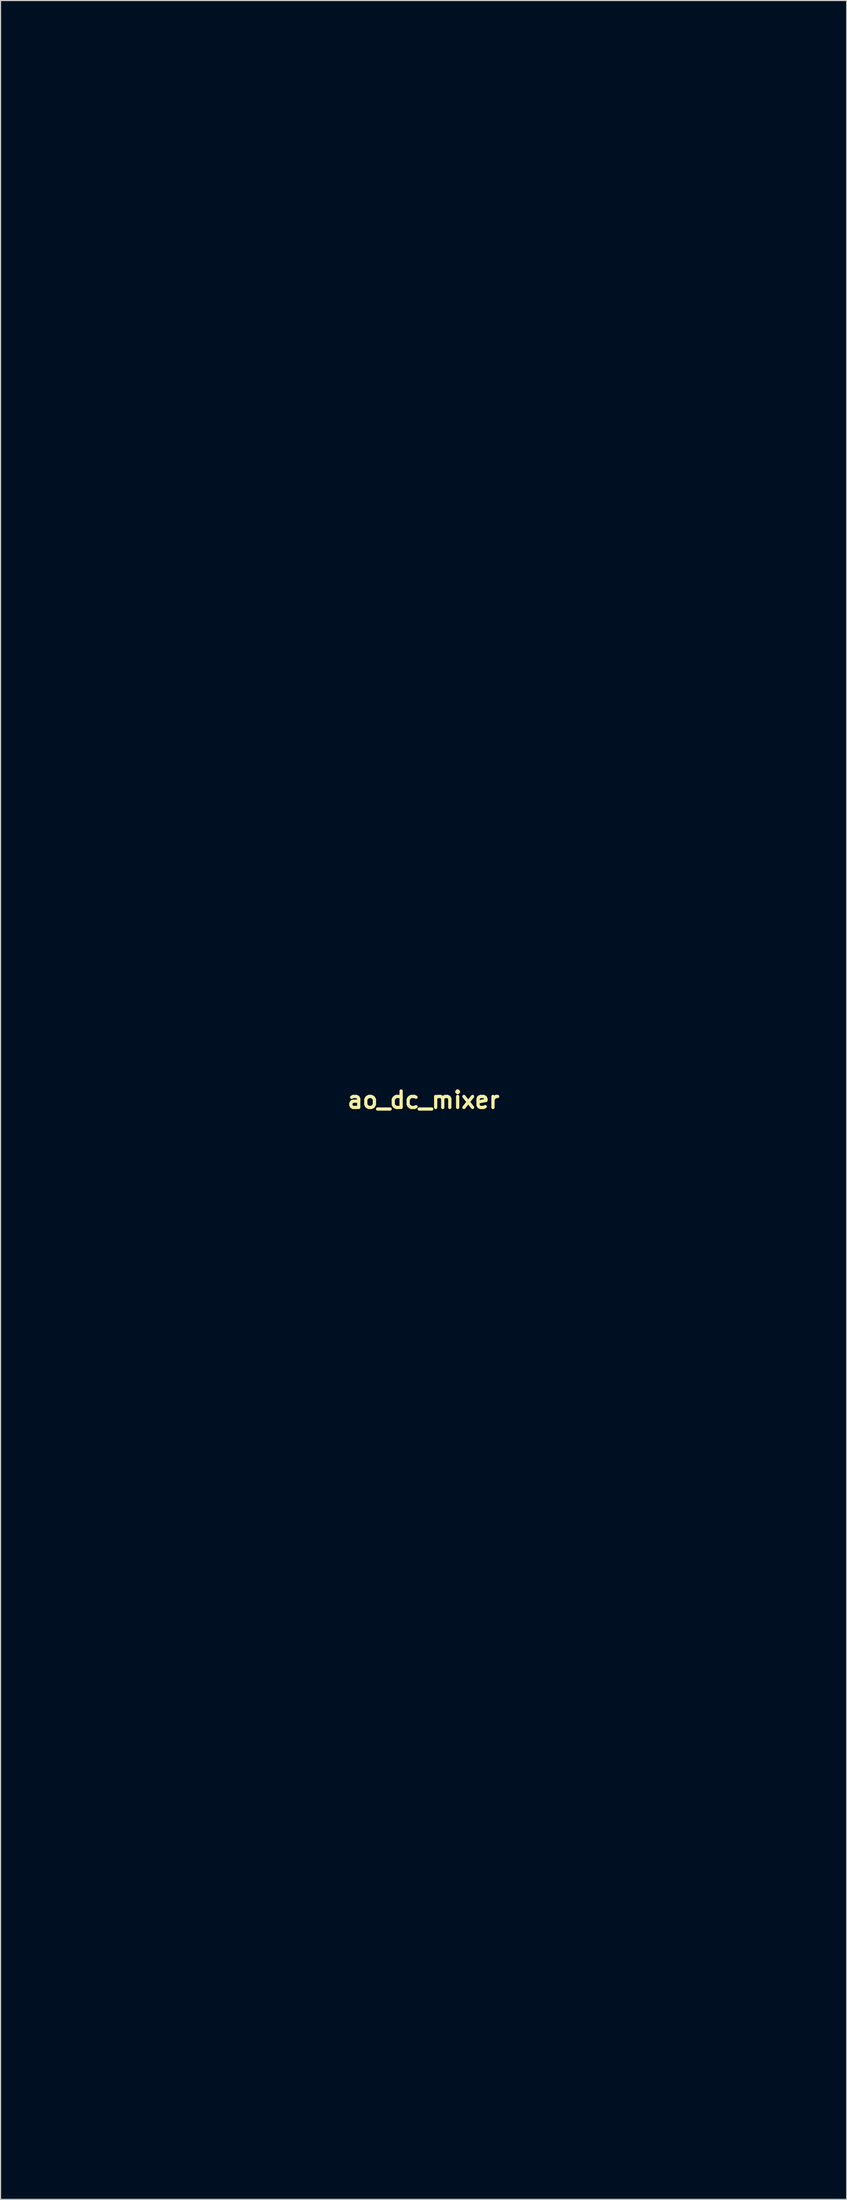
<source format=kicad_pcb>
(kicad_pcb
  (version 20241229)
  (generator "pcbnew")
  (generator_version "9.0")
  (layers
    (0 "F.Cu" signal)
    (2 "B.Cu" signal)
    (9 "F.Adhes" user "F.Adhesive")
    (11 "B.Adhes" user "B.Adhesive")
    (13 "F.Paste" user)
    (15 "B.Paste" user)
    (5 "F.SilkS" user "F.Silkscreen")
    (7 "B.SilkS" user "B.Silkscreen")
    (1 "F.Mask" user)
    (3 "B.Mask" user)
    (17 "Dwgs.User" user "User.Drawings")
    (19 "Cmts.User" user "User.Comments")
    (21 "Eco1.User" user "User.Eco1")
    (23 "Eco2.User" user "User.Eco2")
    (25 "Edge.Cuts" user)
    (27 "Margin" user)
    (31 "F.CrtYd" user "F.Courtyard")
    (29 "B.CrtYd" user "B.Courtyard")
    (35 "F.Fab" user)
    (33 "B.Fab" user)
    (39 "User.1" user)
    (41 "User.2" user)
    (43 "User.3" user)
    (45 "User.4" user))
  (footprint "ao_dc_mixer"
    (layer "F.Cu")
    (at 36.091 98.604)
    (property "Reference" "ao_dc_mixer" (at 0 0 0) (layer "F.SilkS") (effects (font (size 1.524 1.524) (thickness 0.3))))
    (attr through_hole)
    (fp_poly (pts (xy 34.175 95.406) (xy 34.364 95.409) (xy 34.522 95.413) (xy 34.654 95.419) (xy 34.764 95.428) (xy 34.855 95.44) (xy 34.932 95.454) (xy 34.999 95.471) (xy 35.06 95.493) (xy 35.119 95.517) (xy 35.18 95.547) (xy 35.224 95.568) (xy 35.464 95.716) (xy 35.669 95.897) (xy 35.838 96.107) (xy 35.969 96.34) (xy 36.058 96.591) (xy 36.105 96.854) (xy 36.106 97.125) (xy 36.06 97.398) (xy 36.023 97.52) (xy 35.923 97.753) (xy 35.791 97.958) (xy 35.618 98.148) (xy 35.601 98.164) (xy 35.46 98.286) (xy 35.324 98.38) (xy 35.173 98.456) (xy 35.011 98.519) (xy 34.811 98.59) (xy 33.185 98.594) (xy 32.898 98.594) (xy 32.623 98.594) (xy 32.365 98.593) (xy 32.128 98.591) (xy 31.917 98.589) (xy 31.737 98.586) (xy 31.593 98.583) (xy 31.489 98.58) (xy 31.43 98.576) (xy 31.424 98.575) (xy 31.221 98.52) (xy 31.01 98.428) (xy 30.806 98.307) (xy 30.624 98.166) (xy 30.479 98.015) (xy 30.359 97.837) (xy 30.255 97.638) (xy 30.179 97.437) (xy 30.16 97.364) (xy 30.132 97.174) (xy 30.127 96.962) (xy 30.144 96.748) (xy 30.183 96.551) (xy 30.207 96.474) (xy 30.325 96.213) (xy 30.485 95.983) (xy 30.682 95.784) (xy 30.917 95.619) (xy 31.187 95.49) (xy 31.191 95.488) (xy 31.382 95.415) (xy 33.033 95.408) (xy 33.384 95.406) (xy 33.689 95.405) (xy 33.951 95.405) (xy 34.175 95.406)) (stroke (width 0.01) (type solid)) (fill no) (layer "Eco1.User"))
    (fp_poly (pts (xy -32.449 -98.59) (xy -32.191 -98.589) (xy -31.972 -98.588) (xy -31.788 -98.585) (xy -31.634 -98.581) (xy -31.506 -98.574) (xy -31.401 -98.566) (xy -31.314 -98.555) (xy -31.242 -98.541) (xy -31.179 -98.524) (xy -31.123 -98.503) (xy -31.07 -98.478) (xy -31.014 -98.449) (xy -30.952 -98.416) (xy -30.937 -98.408) (xy -30.698 -98.25) (xy -30.494 -98.058) (xy -30.329 -97.836) (xy -30.204 -97.588) (xy -30.135 -97.366) (xy -30.106 -97.17) (xy -30.101 -96.952) (xy -30.121 -96.733) (xy -30.163 -96.532) (xy -30.183 -96.47) (xy -30.3 -96.212) (xy -30.459 -95.984) (xy -30.658 -95.787) (xy -30.896 -95.62) (xy -31.173 -95.486) (xy -31.21 -95.471) (xy -31.24 -95.46) (xy -31.27 -95.451) (xy -31.304 -95.443) (xy -31.346 -95.436) (xy -31.4 -95.43) (xy -31.47 -95.426) (xy -31.56 -95.422) (xy -31.673 -95.419) (xy -31.814 -95.417) (xy -31.987 -95.415) (xy -32.195 -95.413) (xy -32.442 -95.412) (xy -32.733 -95.411) (xy -33.033 -95.41) (xy -33.367 -95.409) (xy -33.655 -95.408) (xy -33.9 -95.408) (xy -34.106 -95.408) (xy -34.278 -95.409) (xy -34.418 -95.411) (xy -34.533 -95.413) (xy -34.624 -95.417) (xy -34.697 -95.421) (xy -34.756 -95.426) (xy -34.804 -95.433) (xy -34.845 -95.441) (xy -34.885 -95.451) (xy -34.894 -95.453) (xy -35.155 -95.547) (xy -35.39 -95.681) (xy -35.595 -95.848) (xy -35.768 -96.046) (xy -35.907 -96.267) (xy -36.008 -96.508) (xy -36.068 -96.764) (xy -36.086 -97.028) (xy -36.058 -97.297) (xy -36.004 -97.501) (xy -35.935 -97.682) (xy -35.855 -97.834) (xy -35.752 -97.976) (xy -35.655 -98.085) (xy -35.469 -98.259) (xy -35.269 -98.393) (xy -35.039 -98.499) (xy -35.002 -98.512) (xy -34.785 -98.59) (xy -33.096 -98.59) (xy -32.749 -98.59) (xy -32.449 -98.59)) (stroke (width 0.01) (type solid)) (fill no) (layer "Eco1.User"))
    (fp_poly (pts (xy 17.762 -50.481) (xy 17.958 -50.469) (xy 18.124 -50.451) (xy 18.212 -50.436) (xy 18.623 -50.323) (xy 19.012 -50.165) (xy 19.376 -49.964) (xy 19.714 -49.723) (xy 20.02 -49.443) (xy 20.293 -49.128) (xy 20.53 -48.779) (xy 20.625 -48.611) (xy 20.787 -48.248) (xy 20.906 -47.865) (xy 20.981 -47.468) (xy 21.011 -47.064) (xy 20.996 -46.659) (xy 20.936 -46.26) (xy 20.84 -45.907) (xy 20.684 -45.515) (xy 20.486 -45.149) (xy 20.249 -44.813) (xy 19.974 -44.508) (xy 19.665 -44.238) (xy 19.325 -44.004) (xy 18.955 -43.81) (xy 18.609 -43.675) (xy 18.288 -43.587) (xy 17.948 -43.528) (xy 17.605 -43.5) (xy 17.278 -43.504) (xy 17.209 -43.51) (xy 16.971 -43.539) (xy 16.757 -43.579) (xy 16.539 -43.638) (xy 16.421 -43.675) (xy 16.034 -43.828) (xy 15.672 -44.023) (xy 15.339 -44.257) (xy 15.036 -44.527) (xy 14.767 -44.83) (xy 14.534 -45.162) (xy 14.34 -45.52) (xy 14.189 -45.901) (xy 14.082 -46.302) (xy 14.058 -46.427) (xy 14.033 -46.641) (xy 14.022 -46.883) (xy 14.025 -47.139) (xy 14.025 -47.142) (xy 15.011 -47.142) (xy 15.011 -46.863) (xy 17.374 -46.863) (xy 17.374 -44.501) (xy 17.653 -44.501) (xy 17.653 -46.863) (xy 20.015 -46.863) (xy 20.015 -47.142) (xy 17.653 -47.142) (xy 17.653 -49.505) (xy 17.374 -49.505) (xy 17.374 -47.142) (xy 15.011 -47.142) (xy 14.025 -47.142) (xy 14.04 -47.392) (xy 14.068 -47.626) (xy 14.106 -47.82) (xy 14.23 -48.221) (xy 14.394 -48.592) (xy 14.599 -48.937) (xy 14.849 -49.262) (xy 15.107 -49.533) (xy 15.428 -49.807) (xy 15.772 -50.036) (xy 16.141 -50.222) (xy 16.536 -50.365) (xy 16.823 -50.438) (xy 16.962 -50.459) (xy 17.139 -50.475) (xy 17.34 -50.483) (xy 17.552 -50.485) (xy 17.762 -50.481)) (stroke (width 0.01) (type solid)) (fill no) (layer "Eco1.User"))
    (fp_poly (pts (xy 17.958 -20.432) (xy 18.362 -20.356) (xy 18.755 -20.232) (xy 19.063 -20.097) (xy 19.422 -19.891) (xy 19.752 -19.646) (xy 20.051 -19.366) (xy 20.314 -19.056) (xy 20.54 -18.719) (xy 20.725 -18.358) (xy 20.866 -17.978) (xy 20.961 -17.583) (xy 20.969 -17.539) (xy 21.012 -17.124) (xy 21.006 -16.717) (xy 20.955 -16.319) (xy 20.86 -15.934) (xy 20.723 -15.565) (xy 20.547 -15.215) (xy 20.334 -14.888) (xy 20.087 -14.586) (xy 19.807 -14.313) (xy 19.497 -14.072) (xy 19.158 -13.866) (xy 18.794 -13.698) (xy 18.407 -13.571) (xy 18.072 -13.499) (xy 17.909 -13.48) (xy 17.713 -13.469) (xy 17.5 -13.466) (xy 17.287 -13.47) (xy 17.091 -13.482) (xy 16.928 -13.502) (xy 16.925 -13.502) (xy 16.538 -13.592) (xy 16.16 -13.729) (xy 15.796 -13.911) (xy 15.455 -14.132) (xy 15.143 -14.39) (xy 15.097 -14.433) (xy 14.807 -14.744) (xy 14.564 -15.072) (xy 14.366 -15.421) (xy 14.208 -15.797) (xy 14.106 -16.137) (xy 14.067 -16.339) (xy 14.039 -16.574) (xy 14.024 -16.827) (xy 14.022 -17.083) (xy 14.023 -17.094) (xy 15.009 -17.094) (xy 15.016 -16.961) (xy 15.024 -16.828) (xy 16.199 -16.821) (xy 17.374 -16.814) (xy 17.374 -14.453) (xy 17.653 -14.453) (xy 17.653 -16.815) (xy 20.015 -16.815) (xy 20.015 -17.094) (xy 17.653 -17.094) (xy 17.653 -19.456) (xy 17.374 -19.456) (xy 17.374 -17.094) (xy 15.009 -17.094) (xy 14.023 -17.094) (xy 14.034 -17.324) (xy 14.058 -17.53) (xy 14.151 -17.937) (xy 14.29 -18.325) (xy 14.472 -18.691) (xy 14.694 -19.032) (xy 14.954 -19.345) (xy 15.248 -19.627) (xy 15.574 -19.873) (xy 15.929 -20.081) (xy 16.311 -20.248) (xy 16.332 -20.255) (xy 16.731 -20.372) (xy 17.138 -20.44) (xy 17.548 -20.46) (xy 17.958 -20.432)) (stroke (width 0.01) (type solid)) (fill no) (layer "Eco1.User"))
    (fp_poly (pts (xy 17.762 -80.554) (xy 17.958 -80.543) (xy 18.124 -80.525) (xy 18.212 -80.51) (xy 18.625 -80.397) (xy 19.013 -80.24) (xy 19.375 -80.04) (xy 19.714 -79.794) (xy 19.978 -79.556) (xy 20.263 -79.239) (xy 20.503 -78.899) (xy 20.697 -78.537) (xy 20.846 -78.155) (xy 20.948 -77.754) (xy 21.002 -77.338) (xy 21.011 -77.076) (xy 20.986 -76.652) (xy 20.913 -76.242) (xy 20.794 -75.848) (xy 20.63 -75.474) (xy 20.422 -75.121) (xy 20.172 -74.794) (xy 19.882 -74.495) (xy 19.553 -74.226) (xy 19.444 -74.15) (xy 19.113 -73.957) (xy 18.754 -73.801) (xy 18.375 -73.683) (xy 17.985 -73.606) (xy 17.593 -73.573) (xy 17.221 -73.584) (xy 16.99 -73.61) (xy 16.781 -73.647) (xy 16.57 -73.702) (xy 16.421 -73.748) (xy 16.034 -73.901) (xy 15.672 -74.096) (xy 15.339 -74.331) (xy 15.036 -74.601) (xy 14.767 -74.903) (xy 14.534 -75.235) (xy 14.34 -75.594) (xy 14.189 -75.975) (xy 14.082 -76.376) (xy 14.058 -76.501) (xy 14.033 -76.713) (xy 14.022 -76.955) (xy 14.024 -77.209) (xy 14.025 -77.216) (xy 15.011 -77.216) (xy 15.011 -76.937) (xy 17.374 -76.937) (xy 17.374 -74.574) (xy 17.653 -74.574) (xy 17.653 -76.937) (xy 20.015 -76.937) (xy 20.015 -77.216) (xy 17.653 -77.216) (xy 17.653 -79.578) (xy 17.374 -79.578) (xy 17.374 -77.216) (xy 15.011 -77.216) (xy 14.025 -77.216) (xy 14.04 -77.461) (xy 14.067 -77.695) (xy 14.106 -77.893) (xy 14.219 -78.258) (xy 14.37 -78.612) (xy 14.552 -78.943) (xy 14.757 -79.234) (xy 14.876 -79.372) (xy 15.022 -79.523) (xy 15.182 -79.675) (xy 15.343 -79.816) (xy 15.493 -79.934) (xy 15.558 -79.98) (xy 15.903 -80.181) (xy 16.276 -80.348) (xy 16.665 -80.473) (xy 16.823 -80.511) (xy 16.962 -80.533) (xy 17.139 -80.548) (xy 17.34 -80.557) (xy 17.552 -80.559) (xy 17.762 -80.554)) (stroke (width 0.01) (type solid)) (fill no) (layer "Eco1.User"))
    (fp_poly (pts (xy 17.823 9.555) (xy 18.048 9.578) (xy 18.11 9.588) (xy 18.514 9.683) (xy 18.9 9.824) (xy 19.263 10.007) (xy 19.602 10.231) (xy 19.913 10.492) (xy 20.192 10.787) (xy 20.436 11.113) (xy 20.642 11.469) (xy 20.807 11.85) (xy 20.84 11.947) (xy 20.946 12.346) (xy 21.003 12.751) (xy 21.013 13.157) (xy 20.975 13.56) (xy 20.892 13.955) (xy 20.764 14.339) (xy 20.593 14.706) (xy 20.378 15.053) (xy 20.122 15.375) (xy 20.003 15.502) (xy 19.694 15.781) (xy 19.365 16.015) (xy 19.012 16.208) (xy 18.63 16.36) (xy 18.364 16.439) (xy 18.253 16.467) (xy 18.157 16.488) (xy 18.064 16.502) (xy 17.962 16.512) (xy 17.839 16.518) (xy 17.683 16.523) (xy 17.602 16.525) (xy 17.354 16.526) (xy 17.153 16.521) (xy 16.999 16.508) (xy 16.942 16.5) (xy 16.525 16.401) (xy 16.131 16.257) (xy 15.762 16.072) (xy 15.42 15.847) (xy 15.108 15.585) (xy 14.83 15.289) (xy 14.586 14.959) (xy 14.38 14.6) (xy 14.214 14.214) (xy 14.106 13.858) (xy 14.067 13.659) (xy 14.039 13.426) (xy 14.024 13.175) (xy 14.022 12.921) (xy 14.023 12.903) (xy 15.011 12.903) (xy 15.011 13.183) (xy 17.374 13.183) (xy 17.374 15.545) (xy 17.653 15.545) (xy 17.653 13.183) (xy 20.015 13.183) (xy 20.015 12.903) (xy 17.653 12.903) (xy 17.653 10.541) (xy 17.374 10.541) (xy 17.374 12.903) (xy 15.011 12.903) (xy 14.023 12.903) (xy 14.033 12.68) (xy 14.058 12.468) (xy 14.058 12.467) (xy 14.151 12.06) (xy 14.289 11.674) (xy 14.469 11.31) (xy 14.689 10.972) (xy 14.946 10.663) (xy 15.236 10.385) (xy 15.558 10.141) (xy 15.909 9.933) (xy 16.285 9.765) (xy 16.685 9.64) (xy 16.876 9.598) (xy 17.084 9.567) (xy 17.323 9.55) (xy 17.576 9.546) (xy 17.823 9.555)) (stroke (width 0.01) (type solid)) (fill no) (layer "Eco1.User"))
    (fp_poly (pts (xy 32.994 -98.598) (xy 33.224 -98.597) (xy 33.55 -98.595) (xy 33.829 -98.593) (xy 34.065 -98.591) (xy 34.263 -98.589) (xy 34.426 -98.587) (xy 34.558 -98.584) (xy 34.664 -98.58) (xy 34.747 -98.575) (xy 34.812 -98.57) (xy 34.862 -98.564) (xy 34.902 -98.556) (xy 34.935 -98.547) (xy 34.95 -98.542) (xy 35.216 -98.433) (xy 35.444 -98.294) (xy 35.586 -98.178) (xy 35.759 -97.997) (xy 35.892 -97.808) (xy 35.996 -97.595) (xy 36.027 -97.512) (xy 36.063 -97.403) (xy 36.086 -97.312) (xy 36.098 -97.218) (xy 36.104 -97.104) (xy 36.105 -97.015) (xy 36.103 -96.866) (xy 36.093 -96.749) (xy 36.075 -96.645) (xy 36.047 -96.545) (xy 35.941 -96.285) (xy 35.792 -96.048) (xy 35.605 -95.839) (xy 35.387 -95.663) (xy 35.142 -95.527) (xy 35.002 -95.472) (xy 34.968 -95.46) (xy 34.934 -95.451) (xy 34.898 -95.443) (xy 34.853 -95.436) (xy 34.798 -95.43) (xy 34.726 -95.426) (xy 34.636 -95.422) (xy 34.522 -95.419) (xy 34.38 -95.417) (xy 34.207 -95.415) (xy 33.999 -95.414) (xy 33.751 -95.413) (xy 33.46 -95.412) (xy 33.172 -95.412) (xy 32.885 -95.411) (xy 32.611 -95.411) (xy 32.355 -95.412) (xy 32.122 -95.412) (xy 31.916 -95.413) (xy 31.742 -95.414) (xy 31.604 -95.415) (xy 31.506 -95.417) (xy 31.453 -95.419) (xy 31.445 -95.42) (xy 31.186 -95.49) (xy 30.942 -95.605) (xy 30.718 -95.759) (xy 30.521 -95.948) (xy 30.357 -96.166) (xy 30.232 -96.408) (xy 30.207 -96.474) (xy 30.159 -96.656) (xy 30.132 -96.865) (xy 30.127 -97.081) (xy 30.144 -97.283) (xy 30.16 -97.364) (xy 30.245 -97.624) (xy 30.374 -97.862) (xy 30.54 -98.076) (xy 30.738 -98.259) (xy 30.963 -98.408) (xy 31.21 -98.516) (xy 31.461 -98.578) (xy 31.533 -98.584) (xy 31.654 -98.59) (xy 31.825 -98.594) (xy 32.045 -98.597) (xy 32.314 -98.598) (xy 32.631 -98.599) (xy 32.994 -98.598)) (stroke (width 0.01) (type solid)) (fill no) (layer "Eco1.User"))
    (fp_poly (pts (xy -33.565 95.406) (xy -33.245 95.407) (xy -33.007 95.408) (xy -32.677 95.41) (xy -32.394 95.411) (xy -32.153 95.413) (xy -31.952 95.415) (xy -31.785 95.417) (xy -31.649 95.419) (xy -31.54 95.423) (xy -31.455 95.427) (xy -31.388 95.431) (xy -31.336 95.437) (xy -31.296 95.445) (xy -31.263 95.453) (xy -31.233 95.463) (xy -31.21 95.472) (xy -30.927 95.602) (xy -30.684 95.764) (xy -30.481 95.958) (xy -30.317 96.183) (xy -30.194 96.44) (xy -30.181 96.474) (xy -30.133 96.658) (xy -30.106 96.869) (xy -30.101 97.087) (xy -30.12 97.292) (xy -30.135 97.368) (xy -30.22 97.622) (xy -30.349 97.86) (xy -30.518 98.075) (xy -30.72 98.262) (xy -30.95 98.415) (xy -31.204 98.529) (xy -31.217 98.533) (xy -31.251 98.544) (xy -31.284 98.554) (xy -31.322 98.562) (xy -31.367 98.569) (xy -31.424 98.575) (xy -31.497 98.579) (xy -31.589 98.583) (xy -31.705 98.586) (xy -31.849 98.588) (xy -32.025 98.59) (xy -32.237 98.591) (xy -32.489 98.593) (xy -32.785 98.594) (xy -33.02 98.595) (xy -33.368 98.595) (xy -33.668 98.596) (xy -33.925 98.595) (xy -34.142 98.594) (xy -34.322 98.592) (xy -34.469 98.59) (xy -34.586 98.586) (xy -34.677 98.581) (xy -34.745 98.576) (xy -34.794 98.569) (xy -34.811 98.566) (xy -35.088 98.479) (xy -35.339 98.35) (xy -35.561 98.182) (xy -35.75 97.978) (xy -35.902 97.742) (xy -36.015 97.477) (xy -36.028 97.434) (xy -36.081 97.172) (xy -36.086 96.908) (xy -36.047 96.647) (xy -35.965 96.396) (xy -35.844 96.16) (xy -35.685 95.946) (xy -35.493 95.759) (xy -35.268 95.605) (xy -35.198 95.568) (xy -35.134 95.536) (xy -35.074 95.508) (xy -35.014 95.485) (xy -34.952 95.465) (xy -34.882 95.448) (xy -34.8 95.435) (xy -34.703 95.425) (xy -34.586 95.417) (xy -34.446 95.411) (xy -34.277 95.408) (xy -34.077 95.406) (xy -33.841 95.405) (xy -33.565 95.406)) (stroke (width 0.01) (type solid)) (fill no) (layer "Eco1.User"))
    (fp_poly (pts (xy -17.089 39.516) (xy -16.898 39.53) (xy -16.74 39.552) (xy -16.715 39.558) (xy -16.298 39.672) (xy -15.905 39.83) (xy -15.539 40.028) (xy -15.202 40.265) (xy -14.897 40.538) (xy -14.627 40.847) (xy -14.393 41.188) (xy -14.271 41.411) (xy -14.143 41.697) (xy -14.036 41.997) (xy -13.958 42.293) (xy -13.934 42.416) (xy -13.911 42.6) (xy -13.898 42.814) (xy -13.895 43.042) (xy -13.901 43.265) (xy -13.917 43.467) (xy -13.933 43.577) (xy -14.028 43.986) (xy -14.168 44.375) (xy -14.35 44.74) (xy -14.571 45.079) (xy -14.829 45.389) (xy -15.121 45.668) (xy -15.444 45.912) (xy -15.795 46.118) (xy -16.172 46.284) (xy -16.571 46.407) (xy -16.74 46.444) (xy -16.88 46.465) (xy -17.051 46.481) (xy -17.24 46.492) (xy -17.429 46.497) (xy -17.606 46.495) (xy -17.754 46.487) (xy -17.805 46.482) (xy -18.233 46.398) (xy -18.639 46.27) (xy -19.021 46.098) (xy -19.376 45.883) (xy -19.704 45.626) (xy -19.772 45.565) (xy -20.062 45.26) (xy -20.309 44.931) (xy -20.514 44.579) (xy -20.675 44.209) (xy -20.792 43.825) (xy -20.864 43.43) (xy -20.891 43.028) (xy -20.883 42.875) (xy -19.888 42.875) (xy -19.888 43.129) (xy -17.526 43.129) (xy -17.526 45.491) (xy -17.247 45.491) (xy -17.247 43.129) (xy -14.884 43.129) (xy -14.884 42.875) (xy -17.246 42.875) (xy -17.259 40.5) (xy -17.513 40.5) (xy -17.52 41.688) (xy -17.527 42.875) (xy -19.888 42.875) (xy -20.883 42.875) (xy -20.87 42.624) (xy -20.803 42.22) (xy -20.687 41.821) (xy -20.559 41.507) (xy -20.452 41.302) (xy -20.314 41.082) (xy -20.157 40.864) (xy -19.992 40.664) (xy -19.914 40.58) (xy -19.602 40.29) (xy -19.262 40.044) (xy -18.896 39.841) (xy -18.502 39.68) (xy -18.081 39.563) (xy -18.059 39.558) (xy -17.91 39.534) (xy -17.724 39.518) (xy -17.516 39.51) (xy -17.3 39.509) (xy -17.089 39.516)) (stroke (width 0.01) (type solid)) (fill no) (layer "Eco1.User"))
    (fp_poly (pts (xy -16.785 70.052) (xy -16.32 70.14) (xy -15.867 70.272) (xy -15.428 70.446) (xy -15.008 70.661) (xy -14.609 70.916) (xy -14.234 71.209) (xy -13.885 71.54) (xy -13.566 71.907) (xy -13.281 72.309) (xy -13.031 72.745) (xy -13.014 72.777) (xy -12.817 73.227) (xy -12.666 73.691) (xy -12.562 74.165) (xy -12.505 74.647) (xy -12.495 75.131) (xy -12.531 75.614) (xy -12.613 76.092) (xy -12.742 76.561) (xy -12.916 77.017) (xy -13.136 77.456) (xy -13.216 77.592) (xy -13.499 78.008) (xy -13.819 78.391) (xy -14.172 78.738) (xy -14.557 79.047) (xy -14.97 79.316) (xy -15.408 79.544) (xy -15.869 79.728) (xy -16.206 79.829) (xy -16.619 79.918) (xy -17.053 79.974) (xy -17.488 79.996) (xy -17.856 79.984) (xy -18.35 79.924) (xy -18.828 79.816) (xy -19.29 79.663) (xy -19.732 79.467) (xy -20.151 79.23) (xy -20.545 78.953) (xy -20.91 78.641) (xy -21.245 78.293) (xy -21.547 77.913) (xy -21.812 77.502) (xy -22.039 77.063) (xy -22.221 76.604) (xy -22.323 76.275) (xy -22.397 75.957) (xy -22.446 75.635) (xy -22.47 75.297) (xy -22.474 74.929) (xy -22.472 74.879) (xy -19.99 74.879) (xy -19.99 75.133) (xy -17.628 75.133) (xy -17.628 77.495) (xy -17.348 77.495) (xy -17.348 75.133) (xy -14.986 75.133) (xy -14.986 74.879) (xy -17.348 74.879) (xy -17.361 72.504) (xy -17.494 72.497) (xy -17.628 72.489) (xy -17.628 74.879) (xy -19.99 74.879) (xy -22.472 74.879) (xy -22.472 74.855) (xy -22.455 74.507) (xy -22.421 74.194) (xy -22.368 73.9) (xy -22.293 73.61) (xy -22.192 73.31) (xy -22.122 73.129) (xy -21.917 72.684) (xy -21.668 72.262) (xy -21.38 71.868) (xy -21.055 71.503) (xy -20.697 71.171) (xy -20.309 70.876) (xy -19.893 70.619) (xy -19.454 70.405) (xy -19.19 70.302) (xy -18.708 70.155) (xy -18.224 70.059) (xy -17.74 70.01) (xy -17.26 70.008) (xy -16.785 70.052)) (stroke (width 0.01) (type solid)) (fill no) (layer "Eco1.User"))
    (fp_poly (pts (xy 18.06 70.044) (xy 18.53 70.129) (xy 18.991 70.258) (xy 19.439 70.432) (xy 19.871 70.649) (xy 20.283 70.909) (xy 20.672 71.212) (xy 20.956 71.476) (xy 21.293 71.85) (xy 21.589 72.253) (xy 21.841 72.681) (xy 22.05 73.133) (xy 22.213 73.606) (xy 22.33 74.098) (xy 22.363 74.298) (xy 22.384 74.491) (xy 22.397 74.718) (xy 22.402 74.964) (xy 22.399 75.213) (xy 22.387 75.449) (xy 22.368 75.657) (xy 22.363 75.696) (xy 22.271 76.182) (xy 22.133 76.648) (xy 21.953 77.093) (xy 21.732 77.515) (xy 21.475 77.911) (xy 21.183 78.279) (xy 20.858 78.617) (xy 20.504 78.924) (xy 20.123 79.196) (xy 19.718 79.432) (xy 19.291 79.63) (xy 18.845 79.788) (xy 18.382 79.903) (xy 17.905 79.974) (xy 17.417 79.998) (xy 17.043 79.984) (xy 16.548 79.922) (xy 16.066 79.812) (xy 15.601 79.657) (xy 15.156 79.458) (xy 14.734 79.218) (xy 14.337 78.938) (xy 13.969 78.62) (xy 13.633 78.267) (xy 13.33 77.88) (xy 13.066 77.462) (xy 12.929 77.203) (xy 12.732 76.744) (xy 12.582 76.273) (xy 12.48 75.792) (xy 12.426 75.306) (xy 12.42 74.879) (xy 14.91 74.879) (xy 14.91 75.133) (xy 17.272 75.133) (xy 17.272 77.495) (xy 17.551 77.495) (xy 17.551 75.133) (xy 19.914 75.133) (xy 19.914 74.879) (xy 17.551 74.879) (xy 17.551 72.489) (xy 17.418 72.497) (xy 17.285 72.504) (xy 17.278 73.692) (xy 17.271 74.879) (xy 14.91 74.879) (xy 12.42 74.879) (xy 12.419 74.818) (xy 12.46 74.333) (xy 12.55 73.853) (xy 12.686 73.381) (xy 12.871 72.923) (xy 12.929 72.801) (xy 13.119 72.448) (xy 13.32 72.132) (xy 13.544 71.839) (xy 13.8 71.555) (xy 13.925 71.429) (xy 14.214 71.165) (xy 14.502 70.938) (xy 14.804 70.738) (xy 15.134 70.555) (xy 15.227 70.508) (xy 15.684 70.313) (xy 16.151 70.165) (xy 16.625 70.065) (xy 17.104 70.012) (xy 17.583 70.005) (xy 18.06 70.044)) (stroke (width 0.01) (type solid)) (fill no) (layer "Eco1.User"))
    (fp_poly (pts (xy 17.686 39.51) (xy 17.912 39.524) (xy 18.116 39.547) (xy 18.235 39.569) (xy 18.472 39.628) (xy 18.683 39.695) (xy 18.889 39.779) (xy 19.112 39.887) (xy 19.129 39.895) (xy 19.483 40.106) (xy 19.808 40.357) (xy 20.1 40.642) (xy 20.357 40.96) (xy 20.576 41.306) (xy 20.755 41.676) (xy 20.89 42.068) (xy 20.98 42.477) (xy 20.981 42.481) (xy 20.998 42.637) (xy 21.007 42.827) (xy 21.008 43.033) (xy 21.002 43.241) (xy 20.988 43.432) (xy 20.968 43.585) (xy 20.879 43.964) (xy 20.746 44.342) (xy 20.574 44.703) (xy 20.39 45.004) (xy 20.321 45.097) (xy 20.226 45.211) (xy 20.118 45.333) (xy 20.007 45.449) (xy 19.99 45.467) (xy 19.672 45.752) (xy 19.331 45.992) (xy 18.966 46.187) (xy 18.578 46.337) (xy 18.165 46.443) (xy 18.159 46.444) (xy 18.02 46.465) (xy 17.848 46.481) (xy 17.66 46.492) (xy 17.47 46.497) (xy 17.294 46.495) (xy 17.146 46.487) (xy 17.094 46.482) (xy 16.673 46.399) (xy 16.271 46.271) (xy 15.893 46.101) (xy 15.54 45.891) (xy 15.216 45.642) (xy 14.924 45.356) (xy 14.666 45.036) (xy 14.446 44.684) (xy 14.406 44.608) (xy 14.244 44.25) (xy 14.128 43.892) (xy 14.055 43.524) (xy 14.023 43.136) (xy 14.021 43.002) (xy 14.028 42.875) (xy 15.011 42.875) (xy 15.011 43.129) (xy 17.374 43.129) (xy 17.374 45.491) (xy 17.653 45.491) (xy 17.653 43.129) (xy 20.015 43.129) (xy 20.015 42.875) (xy 17.654 42.875) (xy 17.64 40.5) (xy 17.386 40.5) (xy 17.38 41.688) (xy 17.373 42.875) (xy 15.011 42.875) (xy 14.028 42.875) (xy 14.044 42.573) (xy 14.114 42.163) (xy 14.23 41.774) (xy 14.393 41.405) (xy 14.603 41.056) (xy 14.86 40.726) (xy 15.048 40.526) (xy 15.357 40.248) (xy 15.682 40.016) (xy 16.028 39.827) (xy 16.401 39.678) (xy 16.805 39.565) (xy 16.84 39.558) (xy 17.013 39.53) (xy 17.222 39.513) (xy 17.451 39.507) (xy 17.686 39.51)) (stroke (width 0.01) (type solid)) (fill no) (layer "Eco1.User"))
    (fp_poly (pts (xy -16.928 -51.974) (xy -16.477 -51.916) (xy -16.043 -51.816) (xy -15.616 -51.672) (xy -15.222 -51.5) (xy -14.842 -51.298) (xy -14.499 -51.08) (xy -14.181 -50.834) (xy -13.876 -50.554) (xy -13.853 -50.531) (xy -13.576 -50.231) (xy -13.334 -49.923) (xy -13.119 -49.595) (xy -12.921 -49.231) (xy -12.887 -49.162) (xy -12.698 -48.724) (xy -12.556 -48.283) (xy -12.46 -47.834) (xy -12.407 -47.367) (xy -12.395 -46.998) (xy -12.42 -46.5) (xy -12.492 -46.015) (xy -12.609 -45.546) (xy -12.77 -45.095) (xy -12.971 -44.664) (xy -13.211 -44.257) (xy -13.488 -43.875) (xy -13.8 -43.521) (xy -14.144 -43.198) (xy -14.518 -42.907) (xy -14.92 -42.653) (xy -15.348 -42.436) (xy -15.8 -42.26) (xy -16.273 -42.127) (xy -16.691 -42.05) (xy -16.854 -42.033) (xy -17.052 -42.022) (xy -17.271 -42.016) (xy -17.498 -42.016) (xy -17.718 -42.022) (xy -17.918 -42.033) (xy -18.084 -42.05) (xy -18.11 -42.053) (xy -18.612 -42.154) (xy -19.093 -42.302) (xy -19.551 -42.494) (xy -19.987 -42.732) (xy -20.398 -43.015) (xy -20.785 -43.341) (xy -20.918 -43.471) (xy -21.262 -43.849) (xy -21.561 -44.251) (xy -21.815 -44.677) (xy -22.024 -45.126) (xy -22.188 -45.599) (xy -22.236 -45.776) (xy -22.321 -46.199) (xy -22.369 -46.645) (xy -22.379 -47.101) (xy -22.376 -47.142) (xy -19.888 -47.142) (xy -19.888 -46.863) (xy -17.526 -46.863) (xy -17.526 -44.501) (xy -17.247 -44.501) (xy -17.247 -46.863) (xy -14.884 -46.863) (xy -14.884 -47.142) (xy -17.246 -47.142) (xy -17.253 -48.317) (xy -17.259 -49.492) (xy -17.393 -49.5) (xy -17.526 -49.507) (xy -17.526 -47.142) (xy -19.888 -47.142) (xy -22.376 -47.142) (xy -22.351 -47.554) (xy -22.286 -47.992) (xy -22.238 -48.209) (xy -22.094 -48.685) (xy -21.906 -49.138) (xy -21.677 -49.565) (xy -21.411 -49.965) (xy -21.11 -50.335) (xy -20.775 -50.674) (xy -20.412 -50.979) (xy -20.021 -51.248) (xy -19.605 -51.479) (xy -19.168 -51.67) (xy -18.712 -51.819) (xy -18.239 -51.923) (xy -17.753 -51.982) (xy -17.404 -51.994) (xy -16.928 -51.974)) (stroke (width 0.01) (type solid)) (fill no) (layer "Eco1.User"))
    (fp_poly (pts (xy -16.894 -21.972) (xy -16.409 -21.9) (xy -15.94 -21.783) (xy -15.489 -21.623) (xy -15.058 -21.421) (xy -14.651 -21.181) (xy -14.27 -20.904) (xy -13.917 -20.593) (xy -13.593 -20.249) (xy -13.303 -19.875) (xy -13.048 -19.473) (xy -12.831 -19.045) (xy -12.653 -18.593) (xy -12.518 -18.119) (xy -12.428 -17.625) (xy -12.422 -17.577) (xy -12.406 -17.393) (xy -12.398 -17.176) (xy -12.397 -16.942) (xy -12.404 -16.707) (xy -12.418 -16.49) (xy -12.433 -16.353) (xy -12.523 -15.863) (xy -12.658 -15.39) (xy -12.837 -14.938) (xy -13.057 -14.508) (xy -13.316 -14.104) (xy -13.612 -13.728) (xy -13.942 -13.381) (xy -14.303 -13.068) (xy -14.694 -12.79) (xy -15.112 -12.55) (xy -15.555 -12.35) (xy -16.02 -12.193) (xy -16.389 -12.104) (xy -16.527 -12.078) (xy -16.655 -12.057) (xy -16.787 -12.041) (xy -16.934 -12.027) (xy -17.11 -12.015) (xy -17.285 -12.005) (xy -17.375 -12.003) (xy -17.497 -12.005) (xy -17.634 -12.01) (xy -17.729 -12.015) (xy -18.22 -12.072) (xy -18.696 -12.176) (xy -19.154 -12.324) (xy -19.592 -12.515) (xy -20.009 -12.745) (xy -20.4 -13.013) (xy -20.763 -13.316) (xy -21.097 -13.652) (xy -21.398 -14.018) (xy -21.664 -14.412) (xy -21.892 -14.832) (xy -22.08 -15.276) (xy -22.226 -15.74) (xy -22.326 -16.223) (xy -22.338 -16.303) (xy -22.372 -16.672) (xy -22.379 -17.063) (xy -22.376 -17.12) (xy -19.888 -17.12) (xy -19.888 -16.866) (xy -17.526 -16.866) (xy -17.526 -14.503) (xy -17.247 -14.503) (xy -17.247 -16.866) (xy -14.884 -16.866) (xy -14.884 -17.12) (xy -17.246 -17.12) (xy -17.259 -19.494) (xy -17.393 -19.502) (xy -17.526 -19.51) (xy -17.526 -17.12) (xy -19.888 -17.12) (xy -22.376 -17.12) (xy -22.358 -17.461) (xy -22.312 -17.848) (xy -22.239 -18.207) (xy -22.238 -18.212) (xy -22.094 -18.687) (xy -21.906 -19.139) (xy -21.677 -19.566) (xy -21.41 -19.966) (xy -21.108 -20.336) (xy -20.773 -20.675) (xy -20.408 -20.98) (xy -20.016 -21.249) (xy -19.599 -21.48) (xy -19.161 -21.672) (xy -18.703 -21.821) (xy -18.229 -21.926) (xy -17.742 -21.984) (xy -17.392 -21.996) (xy -16.894 -21.972)) (stroke (width 0.01) (type solid)) (fill no) (layer "Eco1.User"))
    (fp_poly (pts (xy -17.177 8.055) (xy -16.945 8.066) (xy -16.743 8.084) (xy -16.691 8.091) (xy -16.195 8.188) (xy -15.719 8.331) (xy -15.265 8.517) (xy -14.836 8.744) (xy -14.433 9.01) (xy -14.06 9.313) (xy -13.717 9.65) (xy -13.409 10.02) (xy -13.135 10.42) (xy -12.9 10.849) (xy -12.704 11.303) (xy -12.551 11.782) (xy -12.456 12.205) (xy -12.432 12.374) (xy -12.416 12.582) (xy -12.407 12.815) (xy -12.405 13.06) (xy -12.41 13.306) (xy -12.421 13.54) (xy -12.44 13.748) (xy -12.465 13.919) (xy -12.585 14.419) (xy -12.75 14.898) (xy -12.959 15.353) (xy -13.209 15.781) (xy -13.501 16.182) (xy -13.831 16.552) (xy -14.2 16.89) (xy -14.51 17.127) (xy -14.916 17.384) (xy -15.351 17.603) (xy -15.808 17.782) (xy -16.279 17.917) (xy -16.535 17.971) (xy -16.715 17.995) (xy -16.932 18.013) (xy -17.172 18.023) (xy -17.422 18.026) (xy -17.667 18.022) (xy -17.895 18.009) (xy -18.092 17.989) (xy -18.133 17.983) (xy -18.621 17.882) (xy -19.095 17.735) (xy -19.549 17.544) (xy -19.982 17.311) (xy -20.388 17.038) (xy -20.764 16.727) (xy -21.107 16.381) (xy -21.201 16.273) (xy -21.51 15.866) (xy -21.774 15.436) (xy -21.992 14.984) (xy -22.164 14.512) (xy -22.289 14.021) (xy -22.338 13.738) (xy -22.358 13.556) (xy -22.37 13.339) (xy -22.376 13.103) (xy -22.374 12.903) (xy -19.888 12.903) (xy -19.888 13.183) (xy -17.526 13.183) (xy -17.526 15.545) (xy -17.247 15.545) (xy -17.247 13.183) (xy -14.884 13.183) (xy -14.884 12.903) (xy -17.247 12.903) (xy -17.247 10.541) (xy -17.526 10.541) (xy -17.526 12.903) (xy -19.888 12.903) (xy -22.374 12.903) (xy -22.374 12.862) (xy -22.365 12.633) (xy -22.349 12.431) (xy -22.339 12.347) (xy -22.244 11.856) (xy -22.104 11.383) (xy -21.92 10.932) (xy -21.696 10.505) (xy -21.432 10.104) (xy -21.133 9.731) (xy -20.799 9.389) (xy -20.434 9.08) (xy -20.039 8.807) (xy -19.618 8.571) (xy -19.171 8.375) (xy -18.702 8.221) (xy -18.213 8.112) (xy -18.082 8.091) (xy -17.891 8.071) (xy -17.666 8.058) (xy -17.423 8.053) (xy -17.177 8.055)) (stroke (width 0.01) (type solid)) (fill no) (layer "Eco1.User"))
    (fp_poly (pts (xy -17.123 -81.985) (xy -16.893 -81.972) (xy -16.713 -81.952) (xy -16.214 -81.857) (xy -15.736 -81.716) (xy -15.28 -81.532) (xy -14.849 -81.306) (xy -14.445 -81.042) (xy -14.071 -80.741) (xy -13.727 -80.405) (xy -13.417 -80.035) (xy -13.143 -79.635) (xy -12.906 -79.207) (xy -12.71 -78.751) (xy -12.555 -78.271) (xy -12.465 -77.876) (xy -12.446 -77.769) (xy -12.431 -77.668) (xy -12.421 -77.562) (xy -12.415 -77.442) (xy -12.411 -77.297) (xy -12.409 -77.117) (xy -12.409 -77) (xy -12.41 -76.797) (xy -12.412 -76.634) (xy -12.417 -76.501) (xy -12.425 -76.389) (xy -12.437 -76.287) (xy -12.454 -76.184) (xy -12.465 -76.124) (xy -12.584 -75.626) (xy -12.748 -75.151) (xy -12.953 -74.701) (xy -13.198 -74.278) (xy -13.48 -73.885) (xy -13.797 -73.522) (xy -14.147 -73.193) (xy -14.528 -72.899) (xy -14.938 -72.643) (xy -15.374 -72.426) (xy -15.835 -72.251) (xy -16.318 -72.12) (xy -16.713 -72.048) (xy -16.82 -72.036) (xy -16.961 -72.027) (xy -17.124 -72.02) (xy -17.298 -72.015) (xy -17.472 -72.012) (xy -17.634 -72.012) (xy -17.773 -72.015) (xy -17.878 -72.022) (xy -17.907 -72.025) (xy -17.963 -72.033) (xy -18.051 -72.046) (xy -18.153 -72.061) (xy -18.161 -72.062) (xy -18.566 -72.141) (xy -18.979 -72.263) (xy -19.388 -72.422) (xy -19.78 -72.613) (xy -20.117 -72.814) (xy -20.53 -73.117) (xy -20.906 -73.452) (xy -21.243 -73.819) (xy -21.539 -74.215) (xy -21.793 -74.638) (xy -22.005 -75.086) (xy -22.172 -75.557) (xy -22.294 -76.049) (xy -22.338 -76.305) (xy -22.358 -76.487) (xy -22.37 -76.703) (xy -22.376 -76.94) (xy -22.374 -77.14) (xy -19.888 -77.14) (xy -19.888 -76.86) (xy -17.526 -76.86) (xy -17.526 -74.498) (xy -17.247 -74.498) (xy -17.247 -76.86) (xy -14.884 -76.86) (xy -14.884 -77.14) (xy -17.247 -77.14) (xy -17.247 -79.502) (xy -17.526 -79.502) (xy -17.526 -77.14) (xy -19.888 -77.14) (xy -22.374 -77.14) (xy -22.374 -77.18) (xy -22.365 -77.409) (xy -22.349 -77.612) (xy -22.339 -77.695) (xy -22.245 -78.185) (xy -22.104 -78.656) (xy -21.921 -79.107) (xy -21.696 -79.533) (xy -21.433 -79.934) (xy -21.134 -80.307) (xy -20.801 -80.649) (xy -20.437 -80.959) (xy -20.044 -81.232) (xy -19.625 -81.468) (xy -19.181 -81.664) (xy -18.716 -81.817) (xy -18.231 -81.926) (xy -18.065 -81.952) (xy -17.86 -81.973) (xy -17.624 -81.985) (xy -17.373 -81.989) (xy -17.123 -81.985)) (stroke (width 0.01) (type solid)) (fill no) (layer "Eco1.User")))
  (gr_rect
    (start -3 -3)
    (end 75.202 200.204)
    (stroke (width 0.1) (type default))
    (fill no)
    (layer "Edge.Cuts")))
</source>
